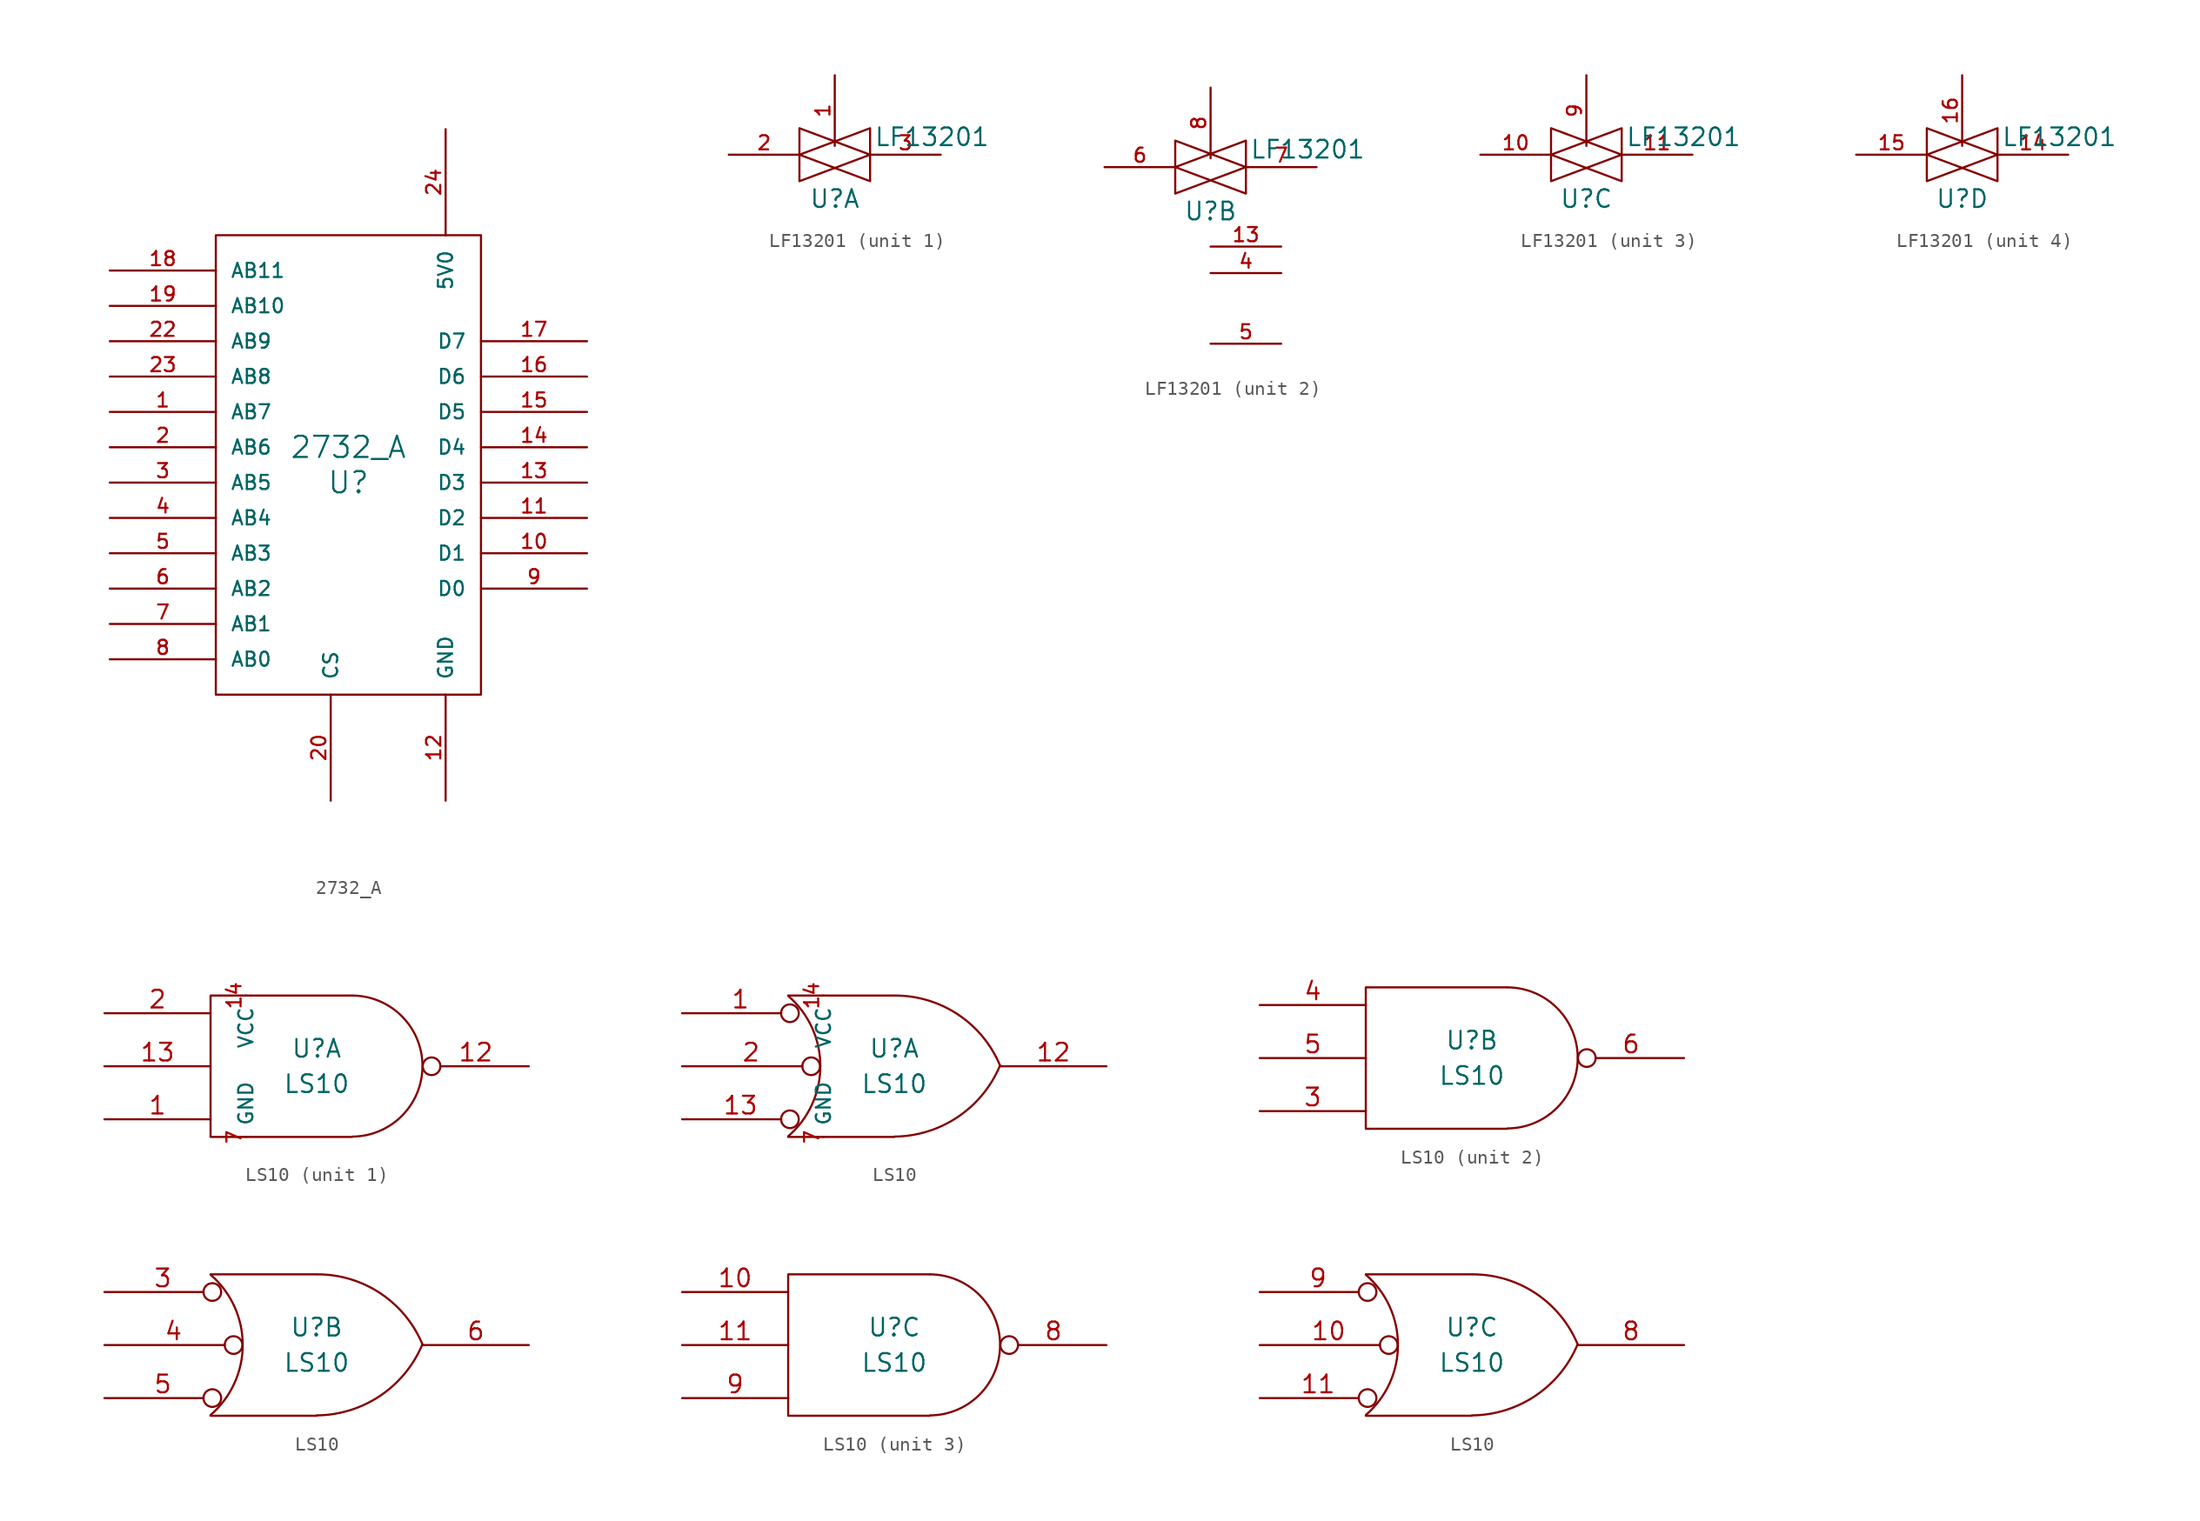
<source format=kicad_sym>
(kicad_symbol_lib
  (version 20211014)
  (generator kicad_symbol_editor)
  (symbol "2732_A"
    (pin_names
      (offset 1.016))
    (property "Reference" "U"
      (at 0 -1.27 0)
      (effects (font (size 1.524 1.524))))
    (property "Value" "2732_A"
      (at 0 1.27 0)
      (effects (font (size 1.524 1.524))))
    (symbol "2732_A_0_1"
      (polyline (pts (xy -9.525 16.51) (xy 9.525 16.51) (xy 9.525 -16.51) (xy -9.525 -16.51) (xy -9.525 16.51)) (stroke (width 0) (type default) (color 0 0 0 0)) (fill (type none))))
    (symbol "2732_A_1_0"
      (pin bidirectional line (at -17.145 3.81 0) (length 7.62) (name "AB7" (effects (font (size 1.016 1.016)))) (number "1" (effects (font (size 1.016 1.016)))))
      (pin bidirectional line (at 17.145 -6.35 180) (length 7.62) (name "D1" (effects (font (size 1.016 1.016)))) (number "10" (effects (font (size 1.016 1.016)))))
      (pin bidirectional line (at 17.145 -3.81 180) (length 7.62) (name "D2" (effects (font (size 1.016 1.016)))) (number "11" (effects (font (size 1.016 1.016)))))
      (pin power_in line (at 6.985 -24.13 90) (length 7.62) (name "GND" (effects (font (size 1.016 1.016)))) (number "12" (effects (font (size 1.016 1.016)))))
      (pin bidirectional line (at 17.145 -1.27 180) (length 7.62) (name "D3" (effects (font (size 1.016 1.016)))) (number "13" (effects (font (size 1.016 1.016)))))
      (pin bidirectional line (at 17.145 1.27 180) (length 7.62) (name "D4" (effects (font (size 1.016 1.016)))) (number "14" (effects (font (size 1.016 1.016)))))
      (pin bidirectional line (at 17.145 3.81 180) (length 7.62) (name "D5" (effects (font (size 1.016 1.016)))) (number "15" (effects (font (size 1.016 1.016)))))
      (pin bidirectional line (at 17.145 6.35 180) (length 7.62) (name "D6" (effects (font (size 1.016 1.016)))) (number "16" (effects (font (size 1.016 1.016)))))
      (pin bidirectional line (at 17.145 8.89 180) (length 7.62) (name "D7" (effects (font (size 1.016 1.016)))) (number "17" (effects (font (size 1.016 1.016)))))
      (pin bidirectional line (at -17.145 13.97 0) (length 7.62) (name "AB11" (effects (font (size 1.016 1.016)))) (number "18" (effects (font (size 1.016 1.016)))))
      (pin bidirectional line (at -17.145 11.43 0) (length 7.62) (name "AB10" (effects (font (size 1.016 1.016)))) (number "19" (effects (font (size 1.016 1.016)))))
      (pin bidirectional line (at -17.145 1.27 0) (length 7.62) (name "AB6" (effects (font (size 1.016 1.016)))) (number "2" (effects (font (size 1.016 1.016)))))
      (pin input line (at -1.27 -24.13 90) (length 7.62) (name "CS" (effects (font (size 1.016 1.016)))) (number "20" (effects (font (size 1.016 1.016)))))
      (pin bidirectional line (at -17.145 8.89 0) (length 7.62) (name "AB9" (effects (font (size 1.016 1.016)))) (number "22" (effects (font (size 1.016 1.016)))))
      (pin bidirectional line (at -17.145 6.35 0) (length 7.62) (name "AB8" (effects (font (size 1.016 1.016)))) (number "23" (effects (font (size 1.016 1.016)))))
      (pin power_in line (at 6.985 24.13 270) (length 7.62) (name "5V0" (effects (font (size 1.016 1.016)))) (number "24" (effects (font (size 1.016 1.016)))))
      (pin bidirectional line (at -17.145 -1.27 0) (length 7.62) (name "AB5" (effects (font (size 1.016 1.016)))) (number "3" (effects (font (size 1.016 1.016)))))
      (pin bidirectional line (at -17.145 -3.81 0) (length 7.62) (name "AB4" (effects (font (size 1.016 1.016)))) (number "4" (effects (font (size 1.016 1.016)))))
      (pin bidirectional line (at -17.145 -6.35 0) (length 7.62) (name "AB3" (effects (font (size 1.016 1.016)))) (number "5" (effects (font (size 1.016 1.016)))))
      (pin bidirectional line (at -17.145 -8.89 0) (length 7.62) (name "AB2" (effects (font (size 1.016 1.016)))) (number "6" (effects (font (size 1.016 1.016)))))
      (pin bidirectional line (at -17.145 -11.43 0) (length 7.62) (name "AB1" (effects (font (size 1.016 1.016)))) (number "7" (effects (font (size 1.016 1.016)))))
      (pin bidirectional line (at -17.145 -13.97 0) (length 7.62) (name "AB0" (effects (font (size 1.016 1.016)))) (number "8" (effects (font (size 1.016 1.016)))))
      (pin bidirectional line (at 17.145 -8.89 180) (length 7.62) (name "D0" (effects (font (size 1.016 1.016)))) (number "9" (effects (font (size 1.016 1.016)))))))
  (symbol "LF13201"
    (pin_names
      (offset 0))
    (property "Reference" "U"
      (at 0 -3.175 0)
      (effects (font (size 1.27 1.27))))
    (property "Value" "LF13201"
      (at 6.985 1.27 0)
      (effects (font (size 1.27 1.27))))
    (symbol "LF13201_0_1"
      (polyline (pts (xy -2.54 1.905) (xy -2.54 -1.905) (xy 2.54 0) (xy -2.54 1.905)) (stroke (width 0) (type default) (color 0 0 0 0)) (fill (type none)))
      (polyline (pts (xy 2.54 1.905) (xy 2.54 -1.905) (xy -2.54 0) (xy 2.54 1.905)) (stroke (width 0) (type default) (color 0 0 0 0)) (fill (type none))))
    (symbol "LF13201_1_1"
      (pin bidirectional line (at 0 5.715 270) (length 5.08) (name "~" (effects (font (size 1.016 1.016)))) (number "1" (effects (font (size 1.016 1.016)))))
      (pin bidirectional line (at -7.62 0 0) (length 5.08) (name "~" (effects (font (size 1.016 1.016)))) (number "2" (effects (font (size 1.016 1.016)))))
      (pin bidirectional line (at 7.62 0 180) (length 5.08) (name "~" (effects (font (size 1.016 1.016)))) (number "3" (effects (font (size 1.016 1.016))))))
    (symbol "LF13201_2_1"
      (pin power_in line (at 5.08 -5.715 180) (length 5.08) (name "~" (effects (font (size 1.016 1.016)))) (number "13" (effects (font (size 1.016 1.016)))))
      (pin power_in line (at 5.08 -7.62 180) (length 5.08) (name "~" (effects (font (size 1.016 1.016)))) (number "4" (effects (font (size 1.016 1.016)))))
      (pin power_in line (at 5.08 -12.7 180) (length 5.08) (name "~" (effects (font (size 1.016 1.016)))) (number "5" (effects (font (size 1.016 1.016)))))
      (pin bidirectional line (at -7.62 0 0) (length 5.08) (name "~" (effects (font (size 1.016 1.016)))) (number "6" (effects (font (size 1.016 1.016)))))
      (pin bidirectional line (at 7.62 0 180) (length 5.08) (name "~" (effects (font (size 1.016 1.016)))) (number "7" (effects (font (size 1.016 1.016)))))
      (pin bidirectional line (at 0 5.715 270) (length 5.08) (name "~" (effects (font (size 1.016 1.016)))) (number "8" (effects (font (size 1.016 1.016))))))
    (symbol "LF13201_3_1"
      (pin bidirectional line (at -7.62 0 0) (length 5.08) (name "~" (effects (font (size 1.016 1.016)))) (number "10" (effects (font (size 1.016 1.016)))))
      (pin bidirectional line (at 7.62 0 180) (length 5.08) (name "~" (effects (font (size 1.016 1.016)))) (number "11" (effects (font (size 1.016 1.016)))))
      (pin bidirectional line (at 0 5.715 270) (length 5.08) (name "~" (effects (font (size 1.016 1.016)))) (number "9" (effects (font (size 1.016 1.016))))))
    (symbol "LF13201_4_1"
      (pin bidirectional line (at 7.62 0 180) (length 5.08) (name "~" (effects (font (size 1.016 1.016)))) (number "14" (effects (font (size 1.016 1.016)))))
      (pin bidirectional line (at -7.62 0 0) (length 5.08) (name "~" (effects (font (size 1.016 1.016)))) (number "15" (effects (font (size 1.016 1.016)))))
      (pin bidirectional line (at 0 5.715 270) (length 5.08) (name "~" (effects (font (size 1.016 1.016)))) (number "16" (effects (font (size 1.016 1.016)))))))
  (symbol "LS10"
    (pin_names
      (offset 0.762))
    (property "Reference" "U"
      (at 0 1.27 0)
      (effects (font (size 1.27 1.27))))
    (property "Value" "LS10"
      (at 0 -1.27 0)
      (effects (font (size 1.27 1.27))))
    (symbol "LS10_0_1"
      (polyline (pts (xy 2.54 5.08) (xy -7.62 5.08) (xy -7.62 -5.08) (xy 2.54 -5.08)) (stroke (width 0) (type default) (color 0 0 0 0)) (fill (type none)))
      (arc (start 2.5654 -5.0546) (mid 7.5947 0.0127) (end 2.5654 5.08) (stroke (width 0) (type default) (color 0 0 0 0)) (fill (type none))))
    (symbol "LS10_0_2"
      (arc (start -7.62 -5.0292) (mid -5.3094 0.0127) (end -7.62 5.0546) (stroke (width 0) (type default) (color 0 0 0 0)) (fill (type none)))
      (arc (start 0 -5.0546) (mid 4.5649 -3.6437) (end 7.5946 0.0508) (stroke (width 0) (type default) (color 0 0 0 0)) (fill (type none)))
      (polyline (pts (xy -7.62 -5.08) (xy 0 -5.08)) (stroke (width 0) (type default) (color 0 0 0 0)) (fill (type none)))
      (polyline (pts (xy -7.62 5.08) (xy 0 5.08)) (stroke (width 0) (type default) (color 0 0 0 0)) (fill (type none)))
      (arc (start 7.62 0) (mid 4.6112 3.6959) (end 0.0508 5.08) (stroke (width 0) (type default) (color 0 0 0 0)) (fill (type none))))
    (symbol "LS10_1_0"
      (pin power_in line (at -5.08 5.08 270) (length 0) (name "VCC" (effects (font (size 1.016 1.016)))) (number "14" (effects (font (size 1.016 1.016)))))
      (pin power_in line (at -5.08 -5.08 90) (length 0) (name "GND" (effects (font (size 1.016 1.016)))) (number "7" (effects (font (size 1.016 1.016))))))
    (symbol "LS10_1_1"
      (pin input line (at -15.24 -3.81 0) (length 7.62) (name "~" (effects (font (size 1.27 1.27)))) (number "1" (effects (font (size 1.27 1.27)))))
      (pin output inverted (at 15.24 0 180) (length 7.62) (name "~" (effects (font (size 1.27 1.27)))) (number "12" (effects (font (size 1.27 1.27)))))
      (pin input line (at -15.24 0 0) (length 7.62) (name "~" (effects (font (size 1.27 1.27)))) (number "13" (effects (font (size 1.27 1.27)))))
      (pin input line (at -15.24 3.81 0) (length 7.62) (name "~" (effects (font (size 1.27 1.27)))) (number "2" (effects (font (size 1.27 1.27))))))
    (symbol "LS10_1_2"
      (pin input inverted (at -15.24 3.81 0) (length 8.382) (name "~" (effects (font (size 1.27 1.27)))) (number "1" (effects (font (size 1.27 1.27)))))
      (pin output line (at 15.24 0 180) (length 7.62) (name "~" (effects (font (size 1.27 1.27)))) (number "12" (effects (font (size 1.27 1.27)))))
      (pin input inverted (at -15.24 -3.81 0) (length 8.382) (name "~" (effects (font (size 1.27 1.27)))) (number "13" (effects (font (size 1.27 1.27)))))
      (pin input inverted (at -15.24 0 0) (length 9.906) (name "~" (effects (font (size 1.27 1.27)))) (number "2" (effects (font (size 1.27 1.27))))))
    (symbol "LS10_2_1"
      (pin input line (at -15.24 -3.81 0) (length 7.62) (name "~" (effects (font (size 1.27 1.27)))) (number "3" (effects (font (size 1.27 1.27)))))
      (pin input line (at -15.24 3.81 0) (length 7.62) (name "~" (effects (font (size 1.27 1.27)))) (number "4" (effects (font (size 1.27 1.27)))))
      (pin input line (at -15.24 0 0) (length 7.62) (name "~" (effects (font (size 1.27 1.27)))) (number "5" (effects (font (size 1.27 1.27)))))
      (pin output inverted (at 15.24 0 180) (length 7.62) (name "~" (effects (font (size 1.27 1.27)))) (number "6" (effects (font (size 1.27 1.27))))))
    (symbol "LS10_2_2"
      (pin input inverted (at -15.24 3.81 0) (length 8.382) (name "~" (effects (font (size 1.27 1.27)))) (number "3" (effects (font (size 1.27 1.27)))))
      (pin input inverted (at -15.24 0 0) (length 9.906) (name "~" (effects (font (size 1.27 1.27)))) (number "4" (effects (font (size 1.27 1.27)))))
      (pin input inverted (at -15.24 -3.81 0) (length 8.382) (name "~" (effects (font (size 1.27 1.27)))) (number "5" (effects (font (size 1.27 1.27)))))
      (pin output line (at 15.24 0 180) (length 7.62) (name "~" (effects (font (size 1.27 1.27)))) (number "6" (effects (font (size 1.27 1.27))))))
    (symbol "LS10_3_1"
      (pin input line (at -15.24 3.81 0) (length 7.62) (name "~" (effects (font (size 1.27 1.27)))) (number "10" (effects (font (size 1.27 1.27)))))
      (pin input line (at -15.24 0 0) (length 7.62) (name "~" (effects (font (size 1.27 1.27)))) (number "11" (effects (font (size 1.27 1.27)))))
      (pin output inverted (at 15.24 0 180) (length 7.62) (name "~" (effects (font (size 1.27 1.27)))) (number "8" (effects (font (size 1.27 1.27)))))
      (pin input line (at -15.24 -3.81 0) (length 7.62) (name "~" (effects (font (size 1.27 1.27)))) (number "9" (effects (font (size 1.27 1.27))))))
    (symbol "LS10_3_2"
      (pin input inverted (at -15.24 0 0) (length 9.906) (name "~" (effects (font (size 1.27 1.27)))) (number "10" (effects (font (size 1.27 1.27)))))
      (pin input inverted (at -15.24 -3.81 0) (length 8.382) (name "~" (effects (font (size 1.27 1.27)))) (number "11" (effects (font (size 1.27 1.27)))))
      (pin output line (at 15.24 0 180) (length 7.62) (name "~" (effects (font (size 1.27 1.27)))) (number "8" (effects (font (size 1.27 1.27)))))
      (pin input inverted (at -15.24 3.81 0) (length 8.382) (name "~" (effects (font (size 1.27 1.27)))) (number "9" (effects (font (size 1.27 1.27))))))))
</source>
